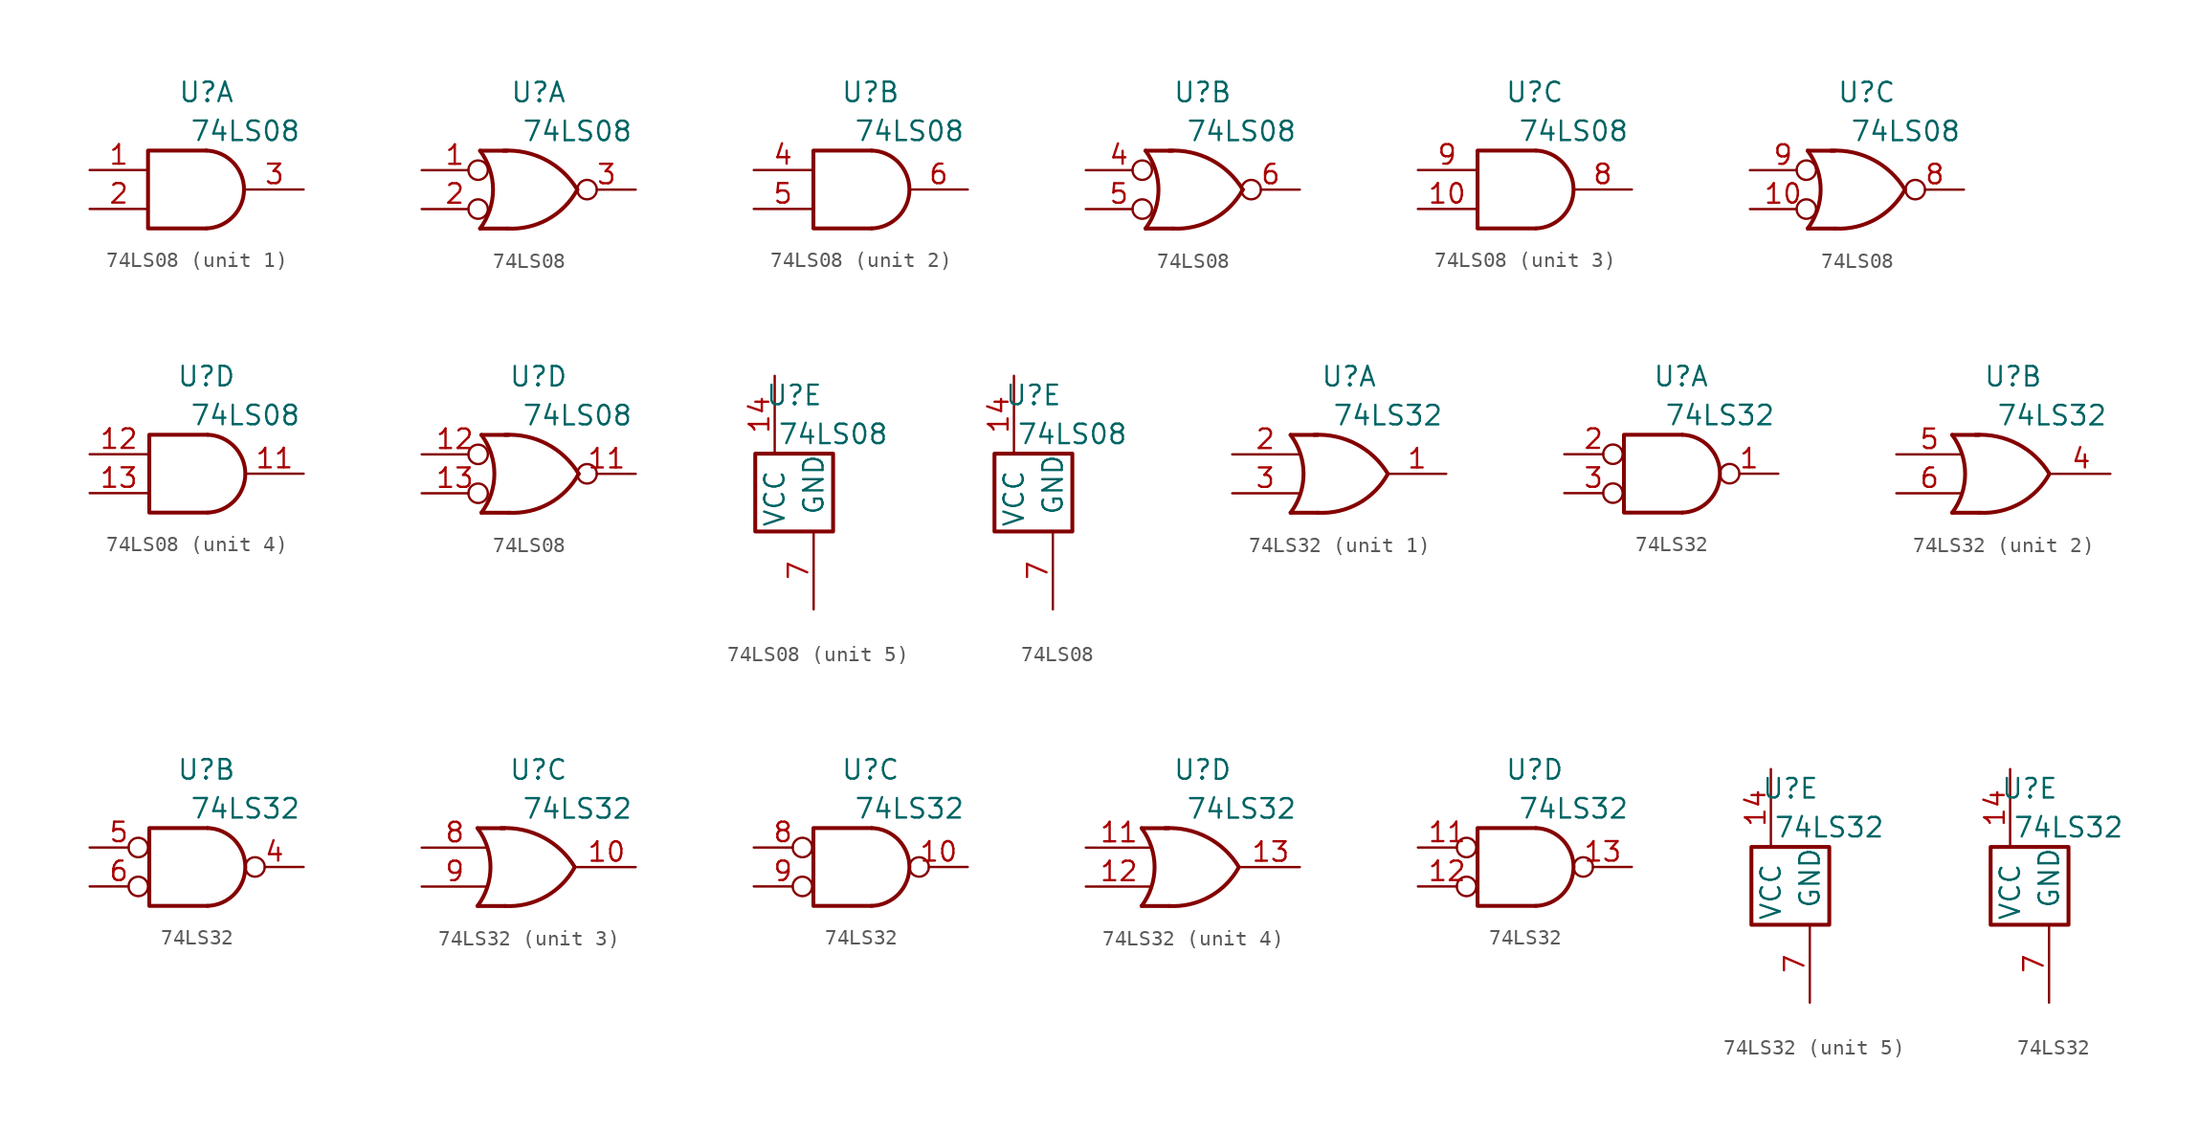
<source format=kicad_sym>
(kicad_symbol_lib
  (version 20241209)
  (generator "kicad_symbol_editor")
  (generator_version "9.0")
  (symbol "74LS08"
    (pin_names
      (offset 1.016))
    (property "Reference" "U"
      (at 0 6.35 0)
      (effects (font (size 1.27 1.27))))
    (property "Value" "74LS08"
      (at 2.54 3.81 0)
      (effects (font (size 1.27 1.27))))
    (property "ki_locked" ""
      (at 0 0 0)
      (effects (font (size 1.27 1.27))))
    (symbol "74LS08_1_1"
      (arc (start 0 2.54) (mid 2.4571 0) (end 0 -2.54) (stroke (width 0.254) (type default)) (fill (type none)))
      (polyline (pts (xy 0 2.54) (xy -3.81 2.54) (xy -3.81 -2.54) (xy 0 -2.54)) (stroke (width 0.254) (type default)) (fill (type none)))
      (pin input line (at -7.62 1.27 0) (length 3.81) (name "~" (effects (font (size 1.27 1.27)))) (number "1" (effects (font (size 1.27 1.27)))))
      (pin input line (at -7.62 -1.27 0) (length 3.81) (name "~" (effects (font (size 1.27 1.27)))) (number "2" (effects (font (size 1.27 1.27)))))
      (pin output line (at 6.35 0 180) (length 3.81) (name "~" (effects (font (size 1.27 1.27)))) (number "3" (effects (font (size 1.27 1.27))))))
    (symbol "74LS08_1_2"
      (arc (start -3.81 2.54) (mid -2.964 0) (end -3.81 -2.54) (stroke (width 0.254) (type default)) (fill (type none)))
      (polyline (pts (xy -3.81 2.54) (xy -2.032 2.54)) (stroke (width 0.254) (type default)) (fill (type none)))
      (polyline (pts (xy -3.81 -2.54) (xy -2.032 -2.54)) (stroke (width 0.254) (type default)) (fill (type none)))
      (arc (start -2.286 2.54) (mid 0.4797 1.9402) (end 2.54 0) (stroke (width 0.254) (type default)) (fill (type none)))
      (arc (start 2.54 0) (mid 0.6219 -1.9322) (end -2.032 -2.54) (stroke (width 0.254) (type default)) (fill (type none)))
      (polyline (pts (xy -1.27 2.54) (xy -3.81 2.54) (xy -3.175 1.27) (xy -2.794 0) (xy -3.175 -1.27) (xy -3.81 -2.54) (xy -1.27 -2.54)) (stroke (width -0.0001) (type default)) (fill (type none)))
      (pin input inverted (at -7.62 1.27 0) (length 4.318) (name "~" (effects (font (size 1.27 1.27)))) (number "1" (effects (font (size 1.27 1.27)))))
      (pin input inverted (at -7.62 -1.27 0) (length 4.318) (name "~" (effects (font (size 1.27 1.27)))) (number "2" (effects (font (size 1.27 1.27)))))
      (pin output inverted (at 6.35 0 180) (length 3.81) (name "~" (effects (font (size 1.27 1.27)))) (number "3" (effects (font (size 1.27 1.27))))))
    (symbol "74LS08_2_1"
      (arc (start 0.0843 2.54) (mid 2.5414 0) (end 0.0843 -2.54) (stroke (width 0.254) (type default)) (fill (type none)))
      (polyline (pts (xy 0.084 2.54) (xy -3.726 2.54) (xy -3.726 -2.54) (xy 0.084 -2.54)) (stroke (width 0.254) (type default)) (fill (type none)))
      (pin input line (at -7.62 1.27 0) (length 3.81) (name "~" (effects (font (size 1.27 1.27)))) (number "4" (effects (font (size 1.27 1.27)))))
      (pin input line (at -7.62 -1.27 0) (length 3.81) (name "~" (effects (font (size 1.27 1.27)))) (number "5" (effects (font (size 1.27 1.27)))))
      (pin output line (at 6.35 0 180) (length 3.81) (name "~" (effects (font (size 1.27 1.27)))) (number "6" (effects (font (size 1.27 1.27))))))
    (symbol "74LS08_2_2"
      (arc (start -3.722 2.54) (mid -2.876 0) (end -3.722 -2.54) (stroke (width 0.254) (type default)) (fill (type none)))
      (polyline (pts (xy -3.722 2.54) (xy -1.944 2.54)) (stroke (width 0.254) (type default)) (fill (type none)))
      (polyline (pts (xy -3.722 -2.54) (xy -1.944 -2.54)) (stroke (width 0.254) (type default)) (fill (type none)))
      (arc (start -2.198 2.54) (mid 0.5677 1.9402) (end 2.628 0) (stroke (width 0.254) (type default)) (fill (type none)))
      (arc (start 2.628 0) (mid 0.7099 -1.9322) (end -1.944 -2.54) (stroke (width 0.254) (type default)) (fill (type none)))
      (polyline (pts (xy -1.182 2.54) (xy -3.722 2.54) (xy -3.087 1.27) (xy -2.706 0) (xy -3.087 -1.27) (xy -3.722 -2.54) (xy -1.182 -2.54)) (stroke (width -0.0001) (type default)) (fill (type none)))
      (pin input inverted (at -7.62 1.27 0) (length 4.318) (name "~" (effects (font (size 1.27 1.27)))) (number "4" (effects (font (size 1.27 1.27)))))
      (pin input inverted (at -7.62 -1.27 0) (length 4.318) (name "~" (effects (font (size 1.27 1.27)))) (number "5" (effects (font (size 1.27 1.27)))))
      (pin output inverted (at 6.35 0 180) (length 3.81) (name "~" (effects (font (size 1.27 1.27)))) (number "6" (effects (font (size 1.27 1.27))))))
    (symbol "74LS08_3_1"
      (arc (start 0.0843 2.54) (mid 2.5414 0) (end 0.0843 -2.54) (stroke (width 0.254) (type default)) (fill (type none)))
      (polyline (pts (xy 0.084 2.54) (xy -3.726 2.54) (xy -3.726 -2.54) (xy 0.084 -2.54)) (stroke (width 0.254) (type default)) (fill (type none)))
      (pin input line (at -7.62 1.27 0) (length 3.81) (name "~" (effects (font (size 1.27 1.27)))) (number "9" (effects (font (size 1.27 1.27)))))
      (pin input line (at -7.62 -1.27 0) (length 3.81) (name "~" (effects (font (size 1.27 1.27)))) (number "10" (effects (font (size 1.27 1.27)))))
      (pin output line (at 6.35 0 180) (length 3.81) (name "~" (effects (font (size 1.27 1.27)))) (number "8" (effects (font (size 1.27 1.27))))))
    (symbol "74LS08_3_2"
      (arc (start -3.849 2.54) (mid -3.003 0) (end -3.849 -2.54) (stroke (width 0.254) (type default)) (fill (type none)))
      (polyline (pts (xy -3.849 2.54) (xy -2.071 2.54)) (stroke (width 0.254) (type default)) (fill (type none)))
      (polyline (pts (xy -3.849 -2.54) (xy -2.071 -2.54)) (stroke (width 0.254) (type default)) (fill (type none)))
      (arc (start -2.325 2.54) (mid 0.4407 1.9402) (end 2.501 0) (stroke (width 0.254) (type default)) (fill (type none)))
      (arc (start 2.501 0) (mid 0.5829 -1.9322) (end -2.071 -2.54) (stroke (width 0.254) (type default)) (fill (type none)))
      (polyline (pts (xy -1.309 2.54) (xy -3.849 2.54) (xy -3.214 1.27) (xy -2.833 0) (xy -3.214 -1.27) (xy -3.849 -2.54) (xy -1.309 -2.54)) (stroke (width -0.0001) (type default)) (fill (type none)))
      (pin input inverted (at -7.62 1.27 0) (length 4.318) (name "~" (effects (font (size 1.27 1.27)))) (number "9" (effects (font (size 1.27 1.27)))))
      (pin input inverted (at -7.62 -1.27 0) (length 4.318) (name "~" (effects (font (size 1.27 1.27)))) (number "10" (effects (font (size 1.27 1.27)))))
      (pin output inverted (at 6.35 0 180) (length 3.81) (name "~" (effects (font (size 1.27 1.27)))) (number "8" (effects (font (size 1.27 1.27))))))
    (symbol "74LS08_4_1"
      (arc (start 0.0843 2.54) (mid 2.5414 0) (end 0.0843 -2.54) (stroke (width 0.254) (type default)) (fill (type none)))
      (polyline (pts (xy 0.084 2.54) (xy -3.726 2.54) (xy -3.726 -2.54) (xy 0.084 -2.54)) (stroke (width 0.254) (type default)) (fill (type none)))
      (pin input line (at -7.62 1.27 0) (length 3.81) (name "~" (effects (font (size 1.27 1.27)))) (number "12" (effects (font (size 1.27 1.27)))))
      (pin input line (at -7.62 -1.27 0) (length 3.81) (name "~" (effects (font (size 1.27 1.27)))) (number "13" (effects (font (size 1.27 1.27)))))
      (pin output line (at 6.35 0 180) (length 3.81) (name "~" (effects (font (size 1.27 1.27)))) (number "11" (effects (font (size 1.27 1.27))))))
    (symbol "74LS08_4_2"
      (arc (start -3.722 2.54) (mid -2.876 0) (end -3.722 -2.54) (stroke (width 0.254) (type default)) (fill (type none)))
      (polyline (pts (xy -3.722 2.54) (xy -1.944 2.54)) (stroke (width 0.254) (type default)) (fill (type none)))
      (polyline (pts (xy -3.722 -2.54) (xy -1.944 -2.54)) (stroke (width 0.254) (type default)) (fill (type none)))
      (arc (start -2.198 2.54) (mid 0.5677 1.9402) (end 2.628 0) (stroke (width 0.254) (type default)) (fill (type none)))
      (arc (start 2.628 0) (mid 0.7099 -1.9322) (end -1.944 -2.54) (stroke (width 0.254) (type default)) (fill (type none)))
      (polyline (pts (xy -1.182 2.54) (xy -3.722 2.54) (xy -3.087 1.27) (xy -2.706 0) (xy -3.087 -1.27) (xy -3.722 -2.54) (xy -1.182 -2.54)) (stroke (width -0.0001) (type default)) (fill (type none)))
      (pin input inverted (at -7.62 1.27 0) (length 4.318) (name "~" (effects (font (size 1.27 1.27)))) (number "12" (effects (font (size 1.27 1.27)))))
      (pin input inverted (at -7.62 -1.27 0) (length 4.318) (name "~" (effects (font (size 1.27 1.27)))) (number "13" (effects (font (size 1.27 1.27)))))
      (pin output inverted (at 6.35 0 180) (length 3.81) (name "~" (effects (font (size 1.27 1.27)))) (number "11" (effects (font (size 1.27 1.27))))))
    (symbol "74LS08_5_0"
      (rectangle (start -2.54 2.54) (end 2.54 -2.54) (stroke (width 0.254) (type default)) (fill (type none)))
      (pin power_in line (at -1.27 7.62 270) (length 5.08) (name "VCC" (effects (font (size 1.27 1.27)))) (number "14" (effects (font (size 1.27 1.27)))))
      (pin power_in line (at 1.27 -7.62 90) (length 5.08) (name "GND" (effects (font (size 1.27 1.27)))) (number "7" (effects (font (size 1.27 1.27)))))))
  (symbol "74LS32"
    (pin_names
      (offset 1.016))
    (property "Reference" "U"
      (at 0 6.35 0)
      (effects (font (size 1.27 1.27))))
    (property "Value" "74LS32"
      (at 2.54 3.81 0)
      (effects (font (size 1.27 1.27))))
    (property "ki_locked" ""
      (at 0 0 0)
      (effects (font (size 1.27 1.27))))
    (symbol "74LS32_1_1"
      (arc (start -3.81 2.54) (mid -2.964 0) (end -3.81 -2.54) (stroke (width 0.254) (type default)) (fill (type none)))
      (polyline (pts (xy -3.81 2.54) (xy -2.032 2.54)) (stroke (width 0.254) (type default)) (fill (type none)))
      (polyline (pts (xy -3.81 -2.54) (xy -2.032 -2.54)) (stroke (width 0.254) (type default)) (fill (type none)))
      (arc (start -2.286 2.54) (mid 0.4797 1.9402) (end 2.54 0) (stroke (width 0.254) (type default)) (fill (type none)))
      (arc (start 2.54 0) (mid 0.6219 -1.9322) (end -2.032 -2.54) (stroke (width 0.254) (type default)) (fill (type none)))
      (polyline (pts (xy -1.27 2.54) (xy -3.81 2.54) (xy -3.175 1.27) (xy -2.794 0) (xy -3.175 -1.27) (xy -3.81 -2.54) (xy -1.27 -2.54)) (stroke (width -0.0001) (type default)) (fill (type none)))
      (pin input line (at -7.62 1.27 0) (length 4.318) (name "~" (effects (font (size 1.27 1.27)))) (number "2" (effects (font (size 1.27 1.27)))))
      (pin input line (at -7.62 -1.27 0) (length 4.318) (name "~" (effects (font (size 1.27 1.27)))) (number "3" (effects (font (size 1.27 1.27)))))
      (pin output line (at 6.35 0 180) (length 3.81) (name "~" (effects (font (size 1.27 1.27)))) (number "1" (effects (font (size 1.27 1.27))))))
    (symbol "74LS32_1_2"
      (arc (start 0.0843 2.54) (mid 2.5414 0) (end 0.0843 -2.54) (stroke (width 0.254) (type default)) (fill (type none)))
      (polyline (pts (xy 0.084 2.54) (xy -3.726 2.54) (xy -3.726 -2.54) (xy 0.084 -2.54)) (stroke (width 0.254) (type default)) (fill (type none)))
      (pin input inverted (at -7.62 1.27 0) (length 3.81) (name "~" (effects (font (size 1.27 1.27)))) (number "2" (effects (font (size 1.27 1.27)))))
      (pin input inverted (at -7.62 -1.27 0) (length 3.81) (name "~" (effects (font (size 1.27 1.27)))) (number "3" (effects (font (size 1.27 1.27)))))
      (pin output inverted (at 6.35 0 180) (length 3.81) (name "~" (effects (font (size 1.27 1.27)))) (number "1" (effects (font (size 1.27 1.27))))))
    (symbol "74LS32_2_1"
      (arc (start -3.976 2.54) (mid -3.13 0) (end -3.976 -2.54) (stroke (width 0.254) (type default)) (fill (type none)))
      (polyline (pts (xy -3.976 2.54) (xy -2.198 2.54)) (stroke (width 0.254) (type default)) (fill (type none)))
      (polyline (pts (xy -3.976 -2.54) (xy -2.198 -2.54)) (stroke (width 0.254) (type default)) (fill (type none)))
      (arc (start -2.452 2.54) (mid 0.3137 1.9402) (end 2.374 0) (stroke (width 0.254) (type default)) (fill (type none)))
      (arc (start 2.374 0) (mid 0.4559 -1.9322) (end -2.198 -2.54) (stroke (width 0.254) (type default)) (fill (type none)))
      (polyline (pts (xy -1.436 2.54) (xy -3.976 2.54) (xy -3.341 1.27) (xy -2.96 0) (xy -3.341 -1.27) (xy -3.976 -2.54) (xy -1.436 -2.54)) (stroke (width -0.0001) (type default)) (fill (type none)))
      (pin input line (at -7.62 1.27 0) (length 4.318) (name "~" (effects (font (size 1.27 1.27)))) (number "5" (effects (font (size 1.27 1.27)))))
      (pin input line (at -7.62 -1.27 0) (length 4.318) (name "~" (effects (font (size 1.27 1.27)))) (number "6" (effects (font (size 1.27 1.27)))))
      (pin output line (at 6.35 0 180) (length 3.81) (name "~" (effects (font (size 1.27 1.27)))) (number "4" (effects (font (size 1.27 1.27))))))
    (symbol "74LS32_2_2"
      (arc (start 0.0843 2.54) (mid 2.5414 0) (end 0.0843 -2.54) (stroke (width 0.254) (type default)) (fill (type none)))
      (polyline (pts (xy 0.084 2.54) (xy -3.726 2.54) (xy -3.726 -2.54) (xy 0.084 -2.54)) (stroke (width 0.254) (type default)) (fill (type none)))
      (pin input inverted (at -7.62 1.27 0) (length 3.81) (name "~" (effects (font (size 1.27 1.27)))) (number "5" (effects (font (size 1.27 1.27)))))
      (pin input inverted (at -7.62 -1.27 0) (length 3.81) (name "~" (effects (font (size 1.27 1.27)))) (number "6" (effects (font (size 1.27 1.27)))))
      (pin output inverted (at 6.35 0 180) (length 3.81) (name "~" (effects (font (size 1.27 1.27)))) (number "4" (effects (font (size 1.27 1.27))))))
    (symbol "74LS32_3_1"
      (arc (start -3.976 2.54) (mid -3.13 0) (end -3.976 -2.54) (stroke (width 0.254) (type default)) (fill (type none)))
      (polyline (pts (xy -3.976 2.54) (xy -2.198 2.54)) (stroke (width 0.254) (type default)) (fill (type none)))
      (polyline (pts (xy -3.976 -2.54) (xy -2.198 -2.54)) (stroke (width 0.254) (type default)) (fill (type none)))
      (arc (start -2.452 2.54) (mid 0.3137 1.9402) (end 2.374 0) (stroke (width 0.254) (type default)) (fill (type none)))
      (arc (start 2.374 0) (mid 0.4559 -1.9322) (end -2.198 -2.54) (stroke (width 0.254) (type default)) (fill (type none)))
      (polyline (pts (xy -1.436 2.54) (xy -3.976 2.54) (xy -3.341 1.27) (xy -2.96 0) (xy -3.341 -1.27) (xy -3.976 -2.54) (xy -1.436 -2.54)) (stroke (width -0.0001) (type default)) (fill (type none)))
      (pin input line (at -7.62 1.27 0) (length 4.318) (name "~" (effects (font (size 1.27 1.27)))) (number "8" (effects (font (size 1.27 1.27)))))
      (pin input line (at -7.62 -1.27 0) (length 4.318) (name "~" (effects (font (size 1.27 1.27)))) (number "9" (effects (font (size 1.27 1.27)))))
      (pin output line (at 6.35 0 180) (length 3.81) (name "~" (effects (font (size 1.27 1.27)))) (number "10" (effects (font (size 1.27 1.27))))))
    (symbol "74LS32_3_2"
      (arc (start 0.0843 2.54) (mid 2.5414 0) (end 0.0843 -2.54) (stroke (width 0.254) (type default)) (fill (type none)))
      (polyline (pts (xy 0.084 2.54) (xy -3.726 2.54) (xy -3.726 -2.54) (xy 0.084 -2.54)) (stroke (width 0.254) (type default)) (fill (type none)))
      (pin input inverted (at -7.62 1.27 0) (length 3.81) (name "~" (effects (font (size 1.27 1.27)))) (number "8" (effects (font (size 1.27 1.27)))))
      (pin input inverted (at -7.62 -1.27 0) (length 3.81) (name "~" (effects (font (size 1.27 1.27)))) (number "9" (effects (font (size 1.27 1.27)))))
      (pin output inverted (at 6.35 0 180) (length 3.81) (name "~" (effects (font (size 1.27 1.27)))) (number "10" (effects (font (size 1.27 1.27))))))
    (symbol "74LS32_4_1"
      (arc (start -3.976 2.54) (mid -3.13 0) (end -3.976 -2.54) (stroke (width 0.254) (type default)) (fill (type none)))
      (polyline (pts (xy -3.976 2.54) (xy -2.198 2.54)) (stroke (width 0.254) (type default)) (fill (type none)))
      (polyline (pts (xy -3.976 -2.54) (xy -2.198 -2.54)) (stroke (width 0.254) (type default)) (fill (type none)))
      (arc (start -2.452 2.54) (mid 0.3137 1.9402) (end 2.374 0) (stroke (width 0.254) (type default)) (fill (type none)))
      (arc (start 2.374 0) (mid 0.4559 -1.9322) (end -2.198 -2.54) (stroke (width 0.254) (type default)) (fill (type none)))
      (polyline (pts (xy -1.436 2.54) (xy -3.976 2.54) (xy -3.341 1.27) (xy -2.96 0) (xy -3.341 -1.27) (xy -3.976 -2.54) (xy -1.436 -2.54)) (stroke (width -0.0001) (type default)) (fill (type none)))
      (pin input line (at -7.62 1.27 0) (length 4.318) (name "~" (effects (font (size 1.27 1.27)))) (number "11" (effects (font (size 1.27 1.27)))))
      (pin input line (at -7.62 -1.27 0) (length 4.318) (name "~" (effects (font (size 1.27 1.27)))) (number "12" (effects (font (size 1.27 1.27)))))
      (pin output line (at 6.35 0 180) (length 3.81) (name "~" (effects (font (size 1.27 1.27)))) (number "13" (effects (font (size 1.27 1.27))))))
    (symbol "74LS32_4_2"
      (arc (start 0.0843 2.54) (mid 2.5414 0) (end 0.0843 -2.54) (stroke (width 0.254) (type default)) (fill (type none)))
      (polyline (pts (xy 0.084 2.54) (xy -3.726 2.54) (xy -3.726 -2.54) (xy 0.084 -2.54)) (stroke (width 0.254) (type default)) (fill (type none)))
      (pin input inverted (at -7.62 1.27 0) (length 3.81) (name "~" (effects (font (size 1.27 1.27)))) (number "11" (effects (font (size 1.27 1.27)))))
      (pin input inverted (at -7.62 -1.27 0) (length 3.81) (name "~" (effects (font (size 1.27 1.27)))) (number "12" (effects (font (size 1.27 1.27)))))
      (pin output inverted (at 6.35 0 180) (length 3.81) (name "~" (effects (font (size 1.27 1.27)))) (number "13" (effects (font (size 1.27 1.27))))))
    (symbol "74LS32_5_0"
      (rectangle (start -2.54 2.54) (end 2.54 -2.54) (stroke (width 0.254) (type default)) (fill (type none)))
      (pin power_in line (at -1.27 7.62 270) (length 5.08) (name "VCC" (effects (font (size 1.27 1.27)))) (number "14" (effects (font (size 1.27 1.27)))))
      (pin power_in line (at 1.27 -7.62 90) (length 5.08) (name "GND" (effects (font (size 1.27 1.27)))) (number "7" (effects (font (size 1.27 1.27))))))))
</source>
